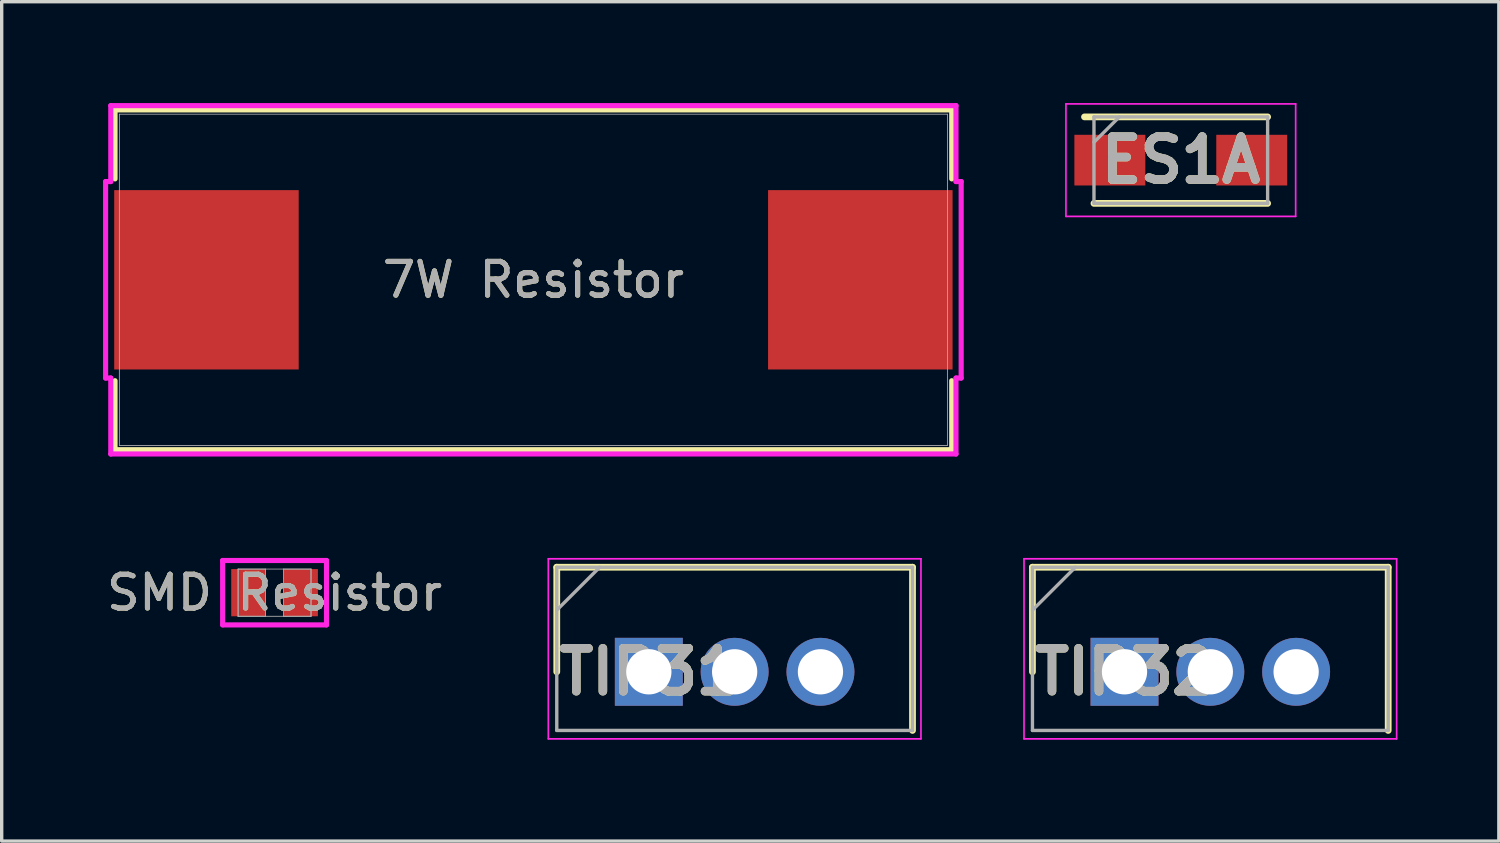
<source format=kicad_pcb>
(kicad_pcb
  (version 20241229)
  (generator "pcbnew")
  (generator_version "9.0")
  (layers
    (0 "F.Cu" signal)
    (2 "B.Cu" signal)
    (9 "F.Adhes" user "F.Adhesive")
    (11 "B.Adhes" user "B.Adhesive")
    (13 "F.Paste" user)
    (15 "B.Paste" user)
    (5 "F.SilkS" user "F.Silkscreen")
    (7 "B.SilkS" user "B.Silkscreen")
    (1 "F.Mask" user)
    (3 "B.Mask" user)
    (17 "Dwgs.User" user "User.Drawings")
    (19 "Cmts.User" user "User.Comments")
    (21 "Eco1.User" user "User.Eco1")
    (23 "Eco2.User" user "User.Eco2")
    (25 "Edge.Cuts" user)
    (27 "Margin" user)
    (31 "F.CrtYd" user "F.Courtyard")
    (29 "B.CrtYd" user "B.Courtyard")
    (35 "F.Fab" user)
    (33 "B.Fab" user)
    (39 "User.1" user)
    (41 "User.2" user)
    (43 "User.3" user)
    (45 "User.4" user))
  (footprint "7W Resistor"
    (layer "F.Cu")
    (at 12.738 5.232)
    (property "Reference" "7W Resistor" (at 0 0 0) (unlocked yes) (layer "F.SilkS") (effects (font (size 1 1) (thickness 0.15))))
    (attr smd)
    (fp_line (start -12.383 -5.029) (end -12.383 -2.987) (stroke (width 0.152) (type solid)) (layer "F.SilkS"))
    (fp_line (start -12.383 2.987) (end -12.383 5.029) (stroke (width 0.152) (type solid)) (layer "F.SilkS"))
    (fp_line (start -12.383 5.029) (end 12.383 5.029) (stroke (width 0.152) (type solid)) (layer "F.SilkS"))
    (fp_line (start 12.383 -5.029) (end -12.383 -5.029) (stroke (width 0.152) (type solid)) (layer "F.SilkS"))
    (fp_line (start 12.383 -2.987) (end 12.383 -5.029) (stroke (width 0.152) (type solid)) (layer "F.SilkS"))
    (fp_line (start 12.383 5.029) (end 12.383 2.987) (stroke (width 0.152) (type solid)) (layer "F.SilkS"))
    (fp_line (start -12.662 -2.908) (end -12.509 -2.908) (stroke (width 0.152) (type solid)) (layer "F.CrtYd"))
    (fp_line (start -12.662 2.908) (end -12.662 -2.908) (stroke (width 0.152) (type solid)) (layer "F.CrtYd"))
    (fp_line (start -12.509 -5.156) (end 12.509 -5.156) (stroke (width 0.152) (type solid)) (layer "F.CrtYd"))
    (fp_line (start -12.509 -2.908) (end -12.509 -5.156) (stroke (width 0.152) (type solid)) (layer "F.CrtYd"))
    (fp_line (start -12.509 2.908) (end -12.662 2.908) (stroke (width 0.152) (type solid)) (layer "F.CrtYd"))
    (fp_line (start -12.509 5.156) (end -12.509 2.908) (stroke (width 0.152) (type solid)) (layer "F.CrtYd"))
    (fp_line (start 12.509 -5.156) (end 12.509 -2.908) (stroke (width 0.152) (type solid)) (layer "F.CrtYd"))
    (fp_line (start 12.509 -2.908) (end 12.662 -2.908) (stroke (width 0.152) (type solid)) (layer "F.CrtYd"))
    (fp_line (start 12.509 2.908) (end 12.509 5.156) (stroke (width 0.152) (type solid)) (layer "F.CrtYd"))
    (fp_line (start 12.509 5.156) (end -12.509 5.156) (stroke (width 0.152) (type solid)) (layer "F.CrtYd"))
    (fp_line (start 12.662 -2.908) (end 12.662 2.908) (stroke (width 0.152) (type solid)) (layer "F.CrtYd"))
    (fp_line (start 12.662 2.908) (end 12.509 2.908) (stroke (width 0.152) (type solid)) (layer "F.CrtYd"))
    (fp_line (start -12.255 -4.902) (end -12.255 4.902) (stroke (width 0.025) (type solid)) (layer "F.Fab"))
    (fp_line (start -12.255 4.902) (end 12.255 4.902) (stroke (width 0.025) (type solid)) (layer "F.Fab"))
    (fp_line (start 12.255 -4.902) (end -12.255 -4.902) (stroke (width 0.025) (type solid)) (layer "F.Fab"))
    (fp_line (start 12.255 4.902) (end 12.255 -4.902) (stroke (width 0.025) (type solid)) (layer "F.Fab"))
    (fp_text user "${REFERENCE}" (at 0 0 0) (unlocked yes) (layer "F.Fab") (effects (font (size 1 1) (thickness 0.15))))
    (pad "1" smd rect (at -9.677 0 90) (size 5.309 5.461) (layers "F.Cu" "F.Mask" "F.Paste"))
    (pad "2" smd rect (at 9.677 0 90) (size 5.309 5.461) (layers "F.Cu" "F.Mask" "F.Paste"))
    (zone (net_name "") (layer "F.Cu") (hatch full 0.508) (connect_pads) (min_thickness 0.254) (filled_areas_thickness no) (keepout (tracks not_allowed) (vias not_allowed) (pads allowed) (copperpour not_allowed) (footprints allowed)) (placement (enabled no)) (fill) (polygon (pts (xy 0.533 0.381) (xy 24.943 0.381) (xy 24.943 2.527) (xy 0.533 2.527))))
    (zone (net_name "") (layer "F.Cu") (hatch full 0.508) (connect_pads) (min_thickness 0.254) (filled_areas_thickness no) (keepout (tracks not_allowed) (vias not_allowed) (pads allowed) (copperpour not_allowed) (footprints allowed)) (placement (enabled no)) (fill) (polygon (pts (xy 0.533 7.938) (xy 24.943 7.938) (xy 24.943 10.084) (xy 0.533 10.084))))
    (zone (net_name "") (layer "F.Cu") (hatch full 0.508) (connect_pads) (min_thickness 0.254) (filled_areas_thickness no) (keepout (tracks not_allowed) (vias not_allowed) (pads allowed) (copperpour not_allowed) (footprints allowed)) (placement (enabled no)) (fill) (polygon (pts (xy 5.842 2.527) (xy 19.634 2.527) (xy 19.634 7.938) (xy 5.842 7.938)))))
  (footprint "ES1A"
    (layer "F.Cu")
    (at 31.901 1.69)
    (property "Reference" "ES1A" (at 0 0 0) (layer "F.SilkS") (effects (font (size 1.27 1.27) (thickness 0.254))))
    (attr smd)
    (fp_line (start -2.57 1.28) (end 2.57 1.28) (stroke (width 0.2) (type solid)) (layer "F.SilkS"))
    (fp_line (start 2.57 -1.28) (end -2.85 -1.28) (stroke (width 0.2) (type solid)) (layer "F.SilkS"))
    (fp_line (start -3.4 -1.665) (end 3.4 -1.665) (stroke (width 0.05) (type solid)) (layer "F.CrtYd"))
    (fp_line (start -3.4 1.665) (end -3.4 -1.665) (stroke (width 0.05) (type solid)) (layer "F.CrtYd"))
    (fp_line (start 3.4 -1.665) (end 3.4 1.665) (stroke (width 0.05) (type solid)) (layer "F.CrtYd"))
    (fp_line (start 3.4 1.665) (end -3.4 1.665) (stroke (width 0.05) (type solid)) (layer "F.CrtYd"))
    (fp_line (start -2.57 -1.28) (end 2.57 -1.28) (stroke (width 0.1) (type solid)) (layer "F.Fab"))
    (fp_line (start -2.57 -0.53) (end -1.82 -1.28) (stroke (width 0.1) (type solid)) (layer "F.Fab"))
    (fp_line (start -2.57 1.28) (end -2.57 -1.28) (stroke (width 0.1) (type solid)) (layer "F.Fab"))
    (fp_line (start 2.57 -1.28) (end 2.57 1.28) (stroke (width 0.1) (type solid)) (layer "F.Fab"))
    (fp_line (start 2.57 1.28) (end -2.57 1.28) (stroke (width 0.1) (type solid)) (layer "F.Fab"))
    (fp_text user "${REFERENCE}" (at 0 0 0) (layer "F.Fab") (effects (font (size 1.27 1.27) (thickness 0.254))))
    (pad "1" smd rect (at -2.1 0 90) (size 1.5 2.1) (layers "F.Cu" "F.Mask" "F.Paste"))
    (pad "2" smd rect (at 2.1 0 90) (size 1.5 2.1) (layers "F.Cu" "F.Mask" "F.Paste")))
  (footprint "SMD Resistor"
    (layer "F.Cu")
    (at 5.077 14.493)
    (property "Reference" "SMD Resistor" (at 0 0 0) (unlocked yes) (layer "F.SilkS") (effects (font (size 1 1) (thickness 0.15))))
    (attr smd)
    (fp_line (start -1.537 -0.953) (end 1.537 -0.953) (stroke (width 0.152) (type solid)) (layer "F.CrtYd"))
    (fp_line (start -1.537 0.953) (end -1.537 -0.953) (stroke (width 0.152) (type solid)) (layer "F.CrtYd"))
    (fp_line (start 1.537 -0.953) (end 1.537 0.953) (stroke (width 0.152) (type solid)) (layer "F.CrtYd"))
    (fp_line (start 1.537 0.953) (end -1.537 0.953) (stroke (width 0.152) (type solid)) (layer "F.CrtYd"))
    (fp_line (start -1.079 -0.699) (end -1.079 0.699) (stroke (width 0.025) (type solid)) (layer "F.Fab"))
    (fp_line (start -1.079 -0.699) (end -1.079 0.699) (stroke (width 0.025) (type solid)) (layer "F.Fab"))
    (fp_line (start -1.079 0.699) (end -0.267 0.699) (stroke (width 0.025) (type solid)) (layer "F.Fab"))
    (fp_line (start -1.079 0.699) (end 1.079 0.699) (stroke (width 0.025) (type solid)) (layer "F.Fab"))
    (fp_line (start -0.267 -0.699) (end -1.079 -0.699) (stroke (width 0.025) (type solid)) (layer "F.Fab"))
    (fp_line (start -0.267 0.699) (end -0.267 -0.699) (stroke (width 0.025) (type solid)) (layer "F.Fab"))
    (fp_line (start 0.267 -0.699) (end 0.267 0.699) (stroke (width 0.025) (type solid)) (layer "F.Fab"))
    (fp_line (start 0.267 0.699) (end 1.079 0.699) (stroke (width 0.025) (type solid)) (layer "F.Fab"))
    (fp_line (start 1.079 -0.699) (end -1.079 -0.699) (stroke (width 0.025) (type solid)) (layer "F.Fab"))
    (fp_line (start 1.079 -0.699) (end 0.267 -0.699) (stroke (width 0.025) (type solid)) (layer "F.Fab"))
    (fp_line (start 1.079 0.699) (end 1.079 -0.699) (stroke (width 0.025) (type solid)) (layer "F.Fab"))
    (fp_line (start 1.079 0.699) (end 1.079 -0.699) (stroke (width 0.025) (type solid)) (layer "F.Fab"))
    (fp_text user "${REFERENCE}" (at 0 0 0) (unlocked yes) (layer "F.Fab") (effects (font (size 1 1) (thickness 0.15))))
    (pad "1" smd rect (at -0.775 0) (size 1.016 1.397) (layers "F.Cu" "F.Mask" "F.Paste"))
    (pad "2" smd rect (at 0.775 0) (size 1.016 1.397) (layers "F.Cu" "F.Mask" "F.Paste"))
    (zone (net_name "") (layer "F.Cu") (hatch full 0.508) (connect_pads) (min_thickness 0.254) (filled_areas_thickness no) (keepout (tracks not_allowed) (vias not_allowed) (pads allowed) (copperpour not_allowed) (footprints allowed)) (placement (enabled no)) (fill) (polygon (pts (xy 4.861 13.846) (xy 5.293 13.846) (xy 5.293 15.141) (xy 4.861 15.141)))))
  (footprint "TIP31"
    (layer "F.Cu")
    (at 16.155 16.835)
    (property "Reference" "TIP31" (at 0 0 0) (layer "F.SilkS") (effects (font (size 1.27 1.27) (thickness 0.254))))
    (attr through_hole)
    (fp_line (start -2.725 -3.095) (end -2.725 0) (stroke (width 0.2) (type solid)) (layer "F.SilkS"))
    (fp_line (start 7.805 -3.095) (end -2.725 -3.095) (stroke (width 0.2) (type solid)) (layer "F.SilkS"))
    (fp_line (start 7.805 1.735) (end 7.805 -3.095) (stroke (width 0.2) (type solid)) (layer "F.SilkS"))
    (fp_line (start -2.975 -3.345) (end 8.055 -3.345) (stroke (width 0.05) (type solid)) (layer "F.CrtYd"))
    (fp_line (start -2.975 1.985) (end -2.975 -3.345) (stroke (width 0.05) (type solid)) (layer "F.CrtYd"))
    (fp_line (start 8.055 -3.345) (end 8.055 1.985) (stroke (width 0.05) (type solid)) (layer "F.CrtYd"))
    (fp_line (start 8.055 1.985) (end -2.975 1.985) (stroke (width 0.05) (type solid)) (layer "F.CrtYd"))
    (fp_line (start -2.725 -3.095) (end 7.805 -3.095) (stroke (width 0.1) (type solid)) (layer "F.Fab"))
    (fp_line (start -2.725 -1.825) (end -1.455 -3.095) (stroke (width 0.1) (type solid)) (layer "F.Fab"))
    (fp_line (start -2.725 1.735) (end -2.725 -3.095) (stroke (width 0.1) (type solid)) (layer "F.Fab"))
    (fp_line (start 7.805 -3.095) (end 7.805 1.735) (stroke (width 0.1) (type solid)) (layer "F.Fab"))
    (fp_line (start 7.805 1.735) (end -2.725 1.735) (stroke (width 0.1) (type solid)) (layer "F.Fab"))
    (fp_text user "${REFERENCE}" (at 0 0 0) (layer "F.Fab") (effects (font (size 1.27 1.27) (thickness 0.254))))
    (pad "1" thru_hole rect (at 0 0) (size 2.01 2.01) (drill 1.34) (layers "*.Cu" "*.Mask"))
    (pad "2" thru_hole circle (at 2.54 0) (size 2.01 2.01) (drill 1.34) (layers "*.Cu" "*.Mask"))
    (pad "3" thru_hole circle (at 5.08 0) (size 2.01 2.01) (drill 1.34) (layers "*.Cu" "*.Mask")))
  (footprint "TIP32"
    (layer "F.Cu")
    (at 30.235 16.835)
    (property "Reference" "TIP32" (at 0 0 0) (layer "F.SilkS") (effects (font (size 1.27 1.27) (thickness 0.254))))
    (attr through_hole)
    (fp_line (start -2.725 -3.095) (end -2.725 0) (stroke (width 0.2) (type solid)) (layer "F.SilkS"))
    (fp_line (start 7.805 -3.095) (end -2.725 -3.095) (stroke (width 0.2) (type solid)) (layer "F.SilkS"))
    (fp_line (start 7.805 1.735) (end 7.805 -3.095) (stroke (width 0.2) (type solid)) (layer "F.SilkS"))
    (fp_line (start -2.975 -3.345) (end 8.055 -3.345) (stroke (width 0.05) (type solid)) (layer "F.CrtYd"))
    (fp_line (start -2.975 1.985) (end -2.975 -3.345) (stroke (width 0.05) (type solid)) (layer "F.CrtYd"))
    (fp_line (start 8.055 -3.345) (end 8.055 1.985) (stroke (width 0.05) (type solid)) (layer "F.CrtYd"))
    (fp_line (start 8.055 1.985) (end -2.975 1.985) (stroke (width 0.05) (type solid)) (layer "F.CrtYd"))
    (fp_line (start -2.725 -3.095) (end 7.805 -3.095) (stroke (width 0.1) (type solid)) (layer "F.Fab"))
    (fp_line (start -2.725 -1.825) (end -1.455 -3.095) (stroke (width 0.1) (type solid)) (layer "F.Fab"))
    (fp_line (start -2.725 1.735) (end -2.725 -3.095) (stroke (width 0.1) (type solid)) (layer "F.Fab"))
    (fp_line (start 7.805 -3.095) (end 7.805 1.735) (stroke (width 0.1) (type solid)) (layer "F.Fab"))
    (fp_line (start 7.805 1.735) (end -2.725 1.735) (stroke (width 0.1) (type solid)) (layer "F.Fab"))
    (fp_text user "${REFERENCE}" (at 0 0 0) (layer "F.Fab") (effects (font (size 1.27 1.27) (thickness 0.254))))
    (pad "1" thru_hole rect (at 0 0) (size 2.01 2.01) (drill 1.34) (layers "*.Cu" "*.Mask"))
    (pad "2" thru_hole circle (at 2.54 0) (size 2.01 2.01) (drill 1.34) (layers "*.Cu" "*.Mask"))
    (pad "3" thru_hole circle (at 5.08 0) (size 2.01 2.01) (drill 1.34) (layers "*.Cu" "*.Mask")))
  (gr_rect
    (start -3 -3)
    (end 41.315 21.845)
    (stroke (width 0.1) (type default))
    (fill no)
    (layer "Edge.Cuts")))
</source>
